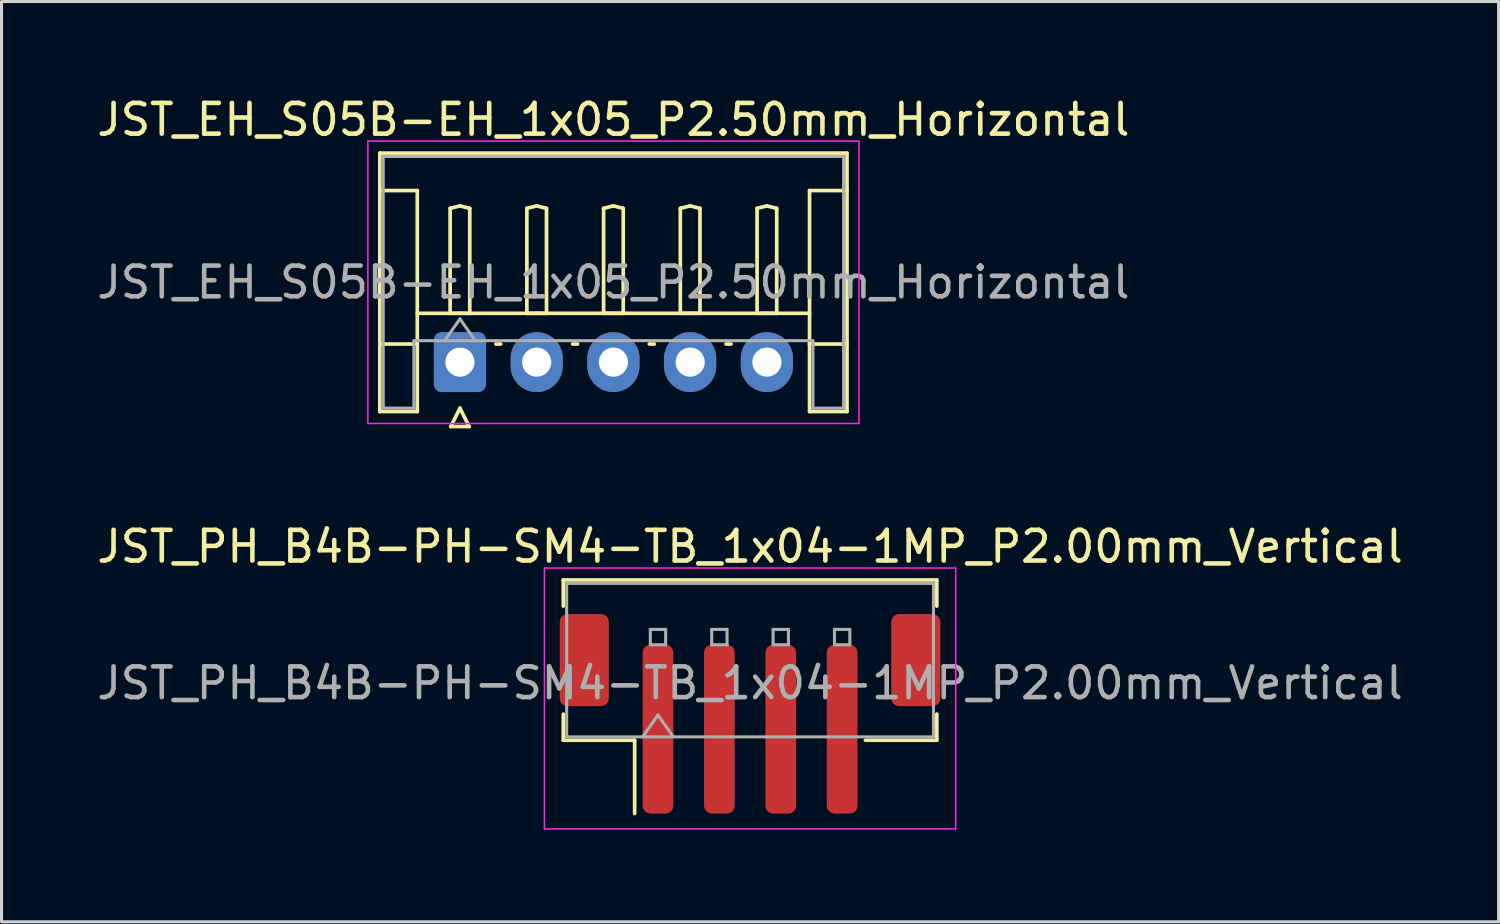
<source format=kicad_pcb>
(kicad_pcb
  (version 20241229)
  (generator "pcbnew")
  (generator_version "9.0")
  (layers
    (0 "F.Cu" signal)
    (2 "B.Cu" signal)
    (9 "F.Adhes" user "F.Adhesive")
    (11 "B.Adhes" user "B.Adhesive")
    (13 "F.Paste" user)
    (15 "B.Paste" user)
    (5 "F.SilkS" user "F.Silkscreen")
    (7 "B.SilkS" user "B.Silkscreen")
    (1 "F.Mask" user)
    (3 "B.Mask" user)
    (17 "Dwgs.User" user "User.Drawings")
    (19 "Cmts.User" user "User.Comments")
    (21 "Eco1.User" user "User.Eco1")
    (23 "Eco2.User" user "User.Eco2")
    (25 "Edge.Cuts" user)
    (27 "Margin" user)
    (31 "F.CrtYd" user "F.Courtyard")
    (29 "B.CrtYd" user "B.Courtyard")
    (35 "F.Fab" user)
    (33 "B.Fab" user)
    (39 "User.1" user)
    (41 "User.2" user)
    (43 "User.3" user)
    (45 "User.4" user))
  (footprint "JST_PH_B4B-PH-SM4-TB_1x04-1MP_P2.00mm_Vertical"
    (layer "F.Cu")
    (at 21.387 19.206)
    (property "Reference" "JST_PH_B4B-PH-SM4-TB_1x04-1MP_P2.00mm_Vertical" (at 0 -4.45 0) (layer "F.SilkS") (effects (font (size 1 1) (thickness 0.15))))
    (attr smd)
    (fp_line (start -6.085 -3.36) (end 6.085 -3.36) (stroke (width 0.12) (type solid)) (layer "F.SilkS"))
    (fp_line (start -6.085 -2.51) (end -6.085 -3.36) (stroke (width 0.12) (type solid)) (layer "F.SilkS"))
    (fp_line (start -6.085 1.01) (end -6.085 1.86) (stroke (width 0.12) (type solid)) (layer "F.SilkS"))
    (fp_line (start -6.085 1.86) (end -3.76 1.86) (stroke (width 0.12) (type solid)) (layer "F.SilkS"))
    (fp_line (start -3.76 1.86) (end -3.76 4.25) (stroke (width 0.12) (type solid)) (layer "F.SilkS"))
    (fp_line (start 6.085 -3.36) (end 6.085 -2.51) (stroke (width 0.12) (type solid)) (layer "F.SilkS"))
    (fp_line (start 6.085 1.01) (end 6.085 1.86) (stroke (width 0.12) (type solid)) (layer "F.SilkS"))
    (fp_line (start 6.085 1.86) (end 3.76 1.86) (stroke (width 0.12) (type solid)) (layer "F.SilkS"))
    (fp_line (start -6.7 -3.75) (end -6.7 4.75) (stroke (width 0.05) (type solid)) (layer "F.CrtYd"))
    (fp_line (start -6.7 4.75) (end 6.7 4.75) (stroke (width 0.05) (type solid)) (layer "F.CrtYd"))
    (fp_line (start 6.7 -3.75) (end -6.7 -3.75) (stroke (width 0.05) (type solid)) (layer "F.CrtYd"))
    (fp_line (start 6.7 4.75) (end 6.7 -3.75) (stroke (width 0.05) (type solid)) (layer "F.CrtYd"))
    (fp_line (start -5.975 -3.25) (end 5.975 -3.25) (stroke (width 0.1) (type solid)) (layer "F.Fab"))
    (fp_line (start -5.975 1.75) (end -5.975 -3.25) (stroke (width 0.1) (type solid)) (layer "F.Fab"))
    (fp_line (start -5.975 1.75) (end 5.975 1.75) (stroke (width 0.1) (type solid)) (layer "F.Fab"))
    (fp_line (start -3.5 1.75) (end -3 1.043) (stroke (width 0.1) (type solid)) (layer "F.Fab"))
    (fp_line (start -3.25 -1.75) (end -3.25 -1.25) (stroke (width 0.1) (type solid)) (layer "F.Fab"))
    (fp_line (start -3.25 -1.25) (end -2.75 -1.25) (stroke (width 0.1) (type solid)) (layer "F.Fab"))
    (fp_line (start -3 1.043) (end -2.5 1.75) (stroke (width 0.1) (type solid)) (layer "F.Fab"))
    (fp_line (start -2.75 -1.75) (end -3.25 -1.75) (stroke (width 0.1) (type solid)) (layer "F.Fab"))
    (fp_line (start -2.75 -1.25) (end -2.75 -1.75) (stroke (width 0.1) (type solid)) (layer "F.Fab"))
    (fp_line (start -1.25 -1.75) (end -1.25 -1.25) (stroke (width 0.1) (type solid)) (layer "F.Fab"))
    (fp_line (start -1.25 -1.25) (end -0.75 -1.25) (stroke (width 0.1) (type solid)) (layer "F.Fab"))
    (fp_line (start -0.75 -1.75) (end -1.25 -1.75) (stroke (width 0.1) (type solid)) (layer "F.Fab"))
    (fp_line (start -0.75 -1.25) (end -0.75 -1.75) (stroke (width 0.1) (type solid)) (layer "F.Fab"))
    (fp_line (start 0.75 -1.75) (end 0.75 -1.25) (stroke (width 0.1) (type solid)) (layer "F.Fab"))
    (fp_line (start 0.75 -1.25) (end 1.25 -1.25) (stroke (width 0.1) (type solid)) (layer "F.Fab"))
    (fp_line (start 1.25 -1.75) (end 0.75 -1.75) (stroke (width 0.1) (type solid)) (layer "F.Fab"))
    (fp_line (start 1.25 -1.25) (end 1.25 -1.75) (stroke (width 0.1) (type solid)) (layer "F.Fab"))
    (fp_line (start 2.75 -1.75) (end 2.75 -1.25) (stroke (width 0.1) (type solid)) (layer "F.Fab"))
    (fp_line (start 2.75 -1.25) (end 3.25 -1.25) (stroke (width 0.1) (type solid)) (layer "F.Fab"))
    (fp_line (start 3.25 -1.75) (end 2.75 -1.75) (stroke (width 0.1) (type solid)) (layer "F.Fab"))
    (fp_line (start 3.25 -1.25) (end 3.25 -1.75) (stroke (width 0.1) (type solid)) (layer "F.Fab"))
    (fp_line (start 5.975 1.75) (end 5.975 -3.25) (stroke (width 0.1) (type solid)) (layer "F.Fab"))
    (fp_text user "${REFERENCE}" (at 0 0 0) (layer "F.Fab") (effects (font (size 1 1) (thickness 0.15))))
    (pad "1" smd roundrect (at -3 1.5) (size 1 5.5) (layers "F.Cu" "F.Mask" "F.Paste") (roundrect_rratio 0.25))
    (pad "2" smd roundrect (at -1 1.5) (size 1 5.5) (layers "F.Cu" "F.Mask" "F.Paste") (roundrect_rratio 0.25))
    (pad "3" smd roundrect (at 1 1.5) (size 1 5.5) (layers "F.Cu" "F.Mask" "F.Paste") (roundrect_rratio 0.25))
    (pad "4" smd roundrect (at 3 1.5) (size 1 5.5) (layers "F.Cu" "F.Mask" "F.Paste") (roundrect_rratio 0.25))
    (pad "MP" smd roundrect (at -5.4 -0.75) (size 1.6 3) (layers "F.Cu" "F.Mask" "F.Paste") (roundrect_rratio 0.156))
    (pad "MP" smd roundrect (at 5.4 -0.75) (size 1.6 3) (layers "F.Cu" "F.Mask" "F.Paste") (roundrect_rratio 0.156)))
  (footprint "JST_EH_S05B-EH_1x05_P2.50mm_Horizontal"
    (layer "F.Cu")
    (at 11.935 8.748)
    (property "Reference" "JST_EH_S05B-EH_1x05_P2.50mm_Horizontal" (at 5 -7.9 0) (layer "F.SilkS") (effects (font (size 1 1) (thickness 0.15))))
    (attr through_hole)
    (fp_line (start -2.61 -6.81) (end 12.61 -6.81) (stroke (width 0.12) (type solid)) (layer "F.SilkS"))
    (fp_line (start -2.61 -5.59) (end -1.39 -5.59) (stroke (width 0.12) (type solid)) (layer "F.SilkS"))
    (fp_line (start -2.61 1.61) (end -2.61 -6.81) (stroke (width 0.12) (type solid)) (layer "F.SilkS"))
    (fp_line (start -1.39 -5.59) (end -1.39 -0.59) (stroke (width 0.12) (type solid)) (layer "F.SilkS"))
    (fp_line (start -1.39 -1.59) (end 11.39 -1.59) (stroke (width 0.12) (type solid)) (layer "F.SilkS"))
    (fp_line (start -1.39 -0.59) (end -2.61 -0.59) (stroke (width 0.12) (type solid)) (layer "F.SilkS"))
    (fp_line (start -1.39 -0.59) (end -1.39 1.61) (stroke (width 0.12) (type solid)) (layer "F.SilkS"))
    (fp_line (start -1.39 1.61) (end -2.61 1.61) (stroke (width 0.12) (type solid)) (layer "F.SilkS"))
    (fp_line (start -0.32 -5.01) (end 0 -5.09) (stroke (width 0.12) (type solid)) (layer "F.SilkS"))
    (fp_line (start -0.32 -1.59) (end -0.32 -5.01) (stroke (width 0.12) (type solid)) (layer "F.SilkS"))
    (fp_line (start -0.3 2.1) (end 0.3 2.1) (stroke (width 0.12) (type solid)) (layer "F.SilkS"))
    (fp_line (start 0 -5.09) (end 0.32 -5.01) (stroke (width 0.12) (type solid)) (layer "F.SilkS"))
    (fp_line (start 0 -1.59) (end -0.32 -1.59) (stroke (width 0.12) (type solid)) (layer "F.SilkS"))
    (fp_line (start 0 1.5) (end -0.3 2.1) (stroke (width 0.12) (type solid)) (layer "F.SilkS"))
    (fp_line (start 0.3 2.1) (end 0 1.5) (stroke (width 0.12) (type solid)) (layer "F.SilkS"))
    (fp_line (start 0.32 -5.01) (end 0.32 -1.59) (stroke (width 0.12) (type solid)) (layer "F.SilkS"))
    (fp_line (start 0.32 -1.59) (end 0 -1.59) (stroke (width 0.12) (type solid)) (layer "F.SilkS"))
    (fp_line (start 1.17 -0.59) (end 1.33 -0.59) (stroke (width 0.12) (type solid)) (layer "F.SilkS"))
    (fp_line (start 2.18 -5.01) (end 2.5 -5.09) (stroke (width 0.12) (type solid)) (layer "F.SilkS"))
    (fp_line (start 2.18 -1.59) (end 2.18 -5.01) (stroke (width 0.12) (type solid)) (layer "F.SilkS"))
    (fp_line (start 2.5 -5.09) (end 2.82 -5.01) (stroke (width 0.12) (type solid)) (layer "F.SilkS"))
    (fp_line (start 2.5 -1.59) (end 2.18 -1.59) (stroke (width 0.12) (type solid)) (layer "F.SilkS"))
    (fp_line (start 2.82 -5.01) (end 2.82 -1.59) (stroke (width 0.12) (type solid)) (layer "F.SilkS"))
    (fp_line (start 2.82 -1.59) (end 2.5 -1.59) (stroke (width 0.12) (type solid)) (layer "F.SilkS"))
    (fp_line (start 3.67 -0.59) (end 3.83 -0.59) (stroke (width 0.12) (type solid)) (layer "F.SilkS"))
    (fp_line (start 4.68 -5.01) (end 5 -5.09) (stroke (width 0.12) (type solid)) (layer "F.SilkS"))
    (fp_line (start 4.68 -1.59) (end 4.68 -5.01) (stroke (width 0.12) (type solid)) (layer "F.SilkS"))
    (fp_line (start 5 -5.09) (end 5.32 -5.01) (stroke (width 0.12) (type solid)) (layer "F.SilkS"))
    (fp_line (start 5 -1.59) (end 4.68 -1.59) (stroke (width 0.12) (type solid)) (layer "F.SilkS"))
    (fp_line (start 5.32 -5.01) (end 5.32 -1.59) (stroke (width 0.12) (type solid)) (layer "F.SilkS"))
    (fp_line (start 5.32 -1.59) (end 5 -1.59) (stroke (width 0.12) (type solid)) (layer "F.SilkS"))
    (fp_line (start 6.17 -0.59) (end 6.33 -0.59) (stroke (width 0.12) (type solid)) (layer "F.SilkS"))
    (fp_line (start 7.18 -5.01) (end 7.5 -5.09) (stroke (width 0.12) (type solid)) (layer "F.SilkS"))
    (fp_line (start 7.18 -1.59) (end 7.18 -5.01) (stroke (width 0.12) (type solid)) (layer "F.SilkS"))
    (fp_line (start 7.5 -5.09) (end 7.82 -5.01) (stroke (width 0.12) (type solid)) (layer "F.SilkS"))
    (fp_line (start 7.5 -1.59) (end 7.18 -1.59) (stroke (width 0.12) (type solid)) (layer "F.SilkS"))
    (fp_line (start 7.82 -5.01) (end 7.82 -1.59) (stroke (width 0.12) (type solid)) (layer "F.SilkS"))
    (fp_line (start 7.82 -1.59) (end 7.5 -1.59) (stroke (width 0.12) (type solid)) (layer "F.SilkS"))
    (fp_line (start 8.67 -0.59) (end 8.83 -0.59) (stroke (width 0.12) (type solid)) (layer "F.SilkS"))
    (fp_line (start 9.68 -5.01) (end 10 -5.09) (stroke (width 0.12) (type solid)) (layer "F.SilkS"))
    (fp_line (start 9.68 -1.59) (end 9.68 -5.01) (stroke (width 0.12) (type solid)) (layer "F.SilkS"))
    (fp_line (start 10 -5.09) (end 10.32 -5.01) (stroke (width 0.12) (type solid)) (layer "F.SilkS"))
    (fp_line (start 10 -1.59) (end 9.68 -1.59) (stroke (width 0.12) (type solid)) (layer "F.SilkS"))
    (fp_line (start 10.32 -5.01) (end 10.32 -1.59) (stroke (width 0.12) (type solid)) (layer "F.SilkS"))
    (fp_line (start 10.32 -1.59) (end 10 -1.59) (stroke (width 0.12) (type solid)) (layer "F.SilkS"))
    (fp_line (start 11.39 -5.59) (end 11.39 -0.59) (stroke (width 0.12) (type solid)) (layer "F.SilkS"))
    (fp_line (start 11.39 -0.59) (end 12.61 -0.59) (stroke (width 0.12) (type solid)) (layer "F.SilkS"))
    (fp_line (start 11.39 1.61) (end 11.39 -0.59) (stroke (width 0.12) (type solid)) (layer "F.SilkS"))
    (fp_line (start 12.61 -6.81) (end 12.61 1.61) (stroke (width 0.12) (type solid)) (layer "F.SilkS"))
    (fp_line (start 12.61 -5.59) (end 11.39 -5.59) (stroke (width 0.12) (type solid)) (layer "F.SilkS"))
    (fp_line (start 12.61 1.61) (end 11.39 1.61) (stroke (width 0.12) (type solid)) (layer "F.SilkS"))
    (fp_line (start -3 -7.2) (end -3 2) (stroke (width 0.05) (type solid)) (layer "F.CrtYd"))
    (fp_line (start -3 2) (end 13 2) (stroke (width 0.05) (type solid)) (layer "F.CrtYd"))
    (fp_line (start 13 -7.2) (end -3 -7.2) (stroke (width 0.05) (type solid)) (layer "F.CrtYd"))
    (fp_line (start 13 2) (end 13 -7.2) (stroke (width 0.05) (type solid)) (layer "F.CrtYd"))
    (fp_line (start -2.5 -6.7) (end 12.5 -6.7) (stroke (width 0.1) (type solid)) (layer "F.Fab"))
    (fp_line (start -2.5 1.5) (end -2.5 -6.7) (stroke (width 0.1) (type solid)) (layer "F.Fab"))
    (fp_line (start -1.5 -0.7) (end -1.5 1.5) (stroke (width 0.1) (type solid)) (layer "F.Fab"))
    (fp_line (start -1.5 1.5) (end -2.5 1.5) (stroke (width 0.1) (type solid)) (layer "F.Fab"))
    (fp_line (start -0.5 -0.7) (end 0 -1.407) (stroke (width 0.1) (type solid)) (layer "F.Fab"))
    (fp_line (start 0 -1.407) (end 0.5 -0.7) (stroke (width 0.1) (type solid)) (layer "F.Fab"))
    (fp_line (start 11.5 -0.7) (end -1.5 -0.7) (stroke (width 0.1) (type solid)) (layer "F.Fab"))
    (fp_line (start 11.5 1.5) (end 11.5 -0.7) (stroke (width 0.1) (type solid)) (layer "F.Fab"))
    (fp_line (start 12.5 -6.7) (end 12.5 1.5) (stroke (width 0.1) (type solid)) (layer "F.Fab"))
    (fp_line (start 12.5 1.5) (end 11.5 1.5) (stroke (width 0.1) (type solid)) (layer "F.Fab"))
    (fp_text user "${REFERENCE}" (at 5 -2.6 0) (layer "F.Fab") (effects (font (size 1 1) (thickness 0.15))))
    (pad "1" thru_hole roundrect (at 0 0) (size 1.7 1.95) (drill 0.95) (layers "*.Cu" "*.Mask") (roundrect_rratio 0.147))
    (pad "2" thru_hole oval (at 2.5 0) (size 1.7 1.95) (drill 0.95) (layers "*.Cu" "*.Mask"))
    (pad "3" thru_hole oval (at 5 0) (size 1.7 1.95) (drill 0.95) (layers "*.Cu" "*.Mask"))
    (pad "4" thru_hole oval (at 7.5 0) (size 1.7 1.95) (drill 0.95) (layers "*.Cu" "*.Mask"))
    (pad "5" thru_hole oval (at 10 0) (size 1.7 1.95) (drill 0.95) (layers "*.Cu" "*.Mask")))
  (gr_rect
    (start -3 -3)
    (end 45.774 26.982)
    (stroke (width 0.1) (type default))
    (fill no)
    (layer "Edge.Cuts")))
</source>
